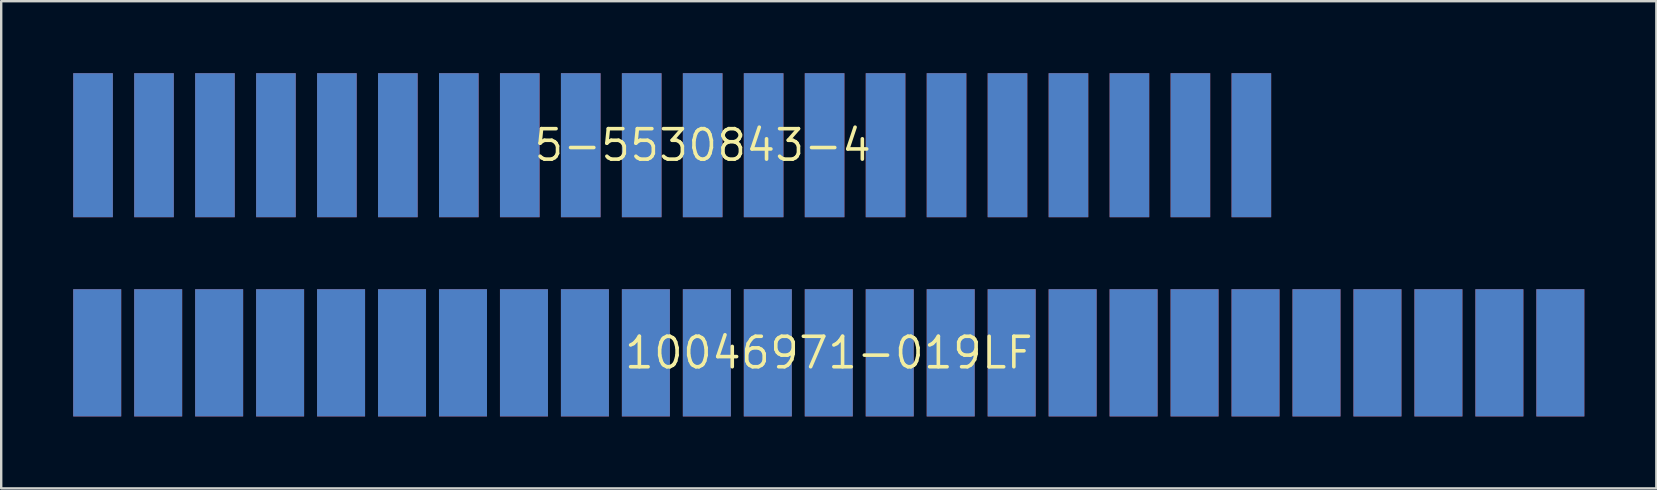
<source format=kicad_pcb>
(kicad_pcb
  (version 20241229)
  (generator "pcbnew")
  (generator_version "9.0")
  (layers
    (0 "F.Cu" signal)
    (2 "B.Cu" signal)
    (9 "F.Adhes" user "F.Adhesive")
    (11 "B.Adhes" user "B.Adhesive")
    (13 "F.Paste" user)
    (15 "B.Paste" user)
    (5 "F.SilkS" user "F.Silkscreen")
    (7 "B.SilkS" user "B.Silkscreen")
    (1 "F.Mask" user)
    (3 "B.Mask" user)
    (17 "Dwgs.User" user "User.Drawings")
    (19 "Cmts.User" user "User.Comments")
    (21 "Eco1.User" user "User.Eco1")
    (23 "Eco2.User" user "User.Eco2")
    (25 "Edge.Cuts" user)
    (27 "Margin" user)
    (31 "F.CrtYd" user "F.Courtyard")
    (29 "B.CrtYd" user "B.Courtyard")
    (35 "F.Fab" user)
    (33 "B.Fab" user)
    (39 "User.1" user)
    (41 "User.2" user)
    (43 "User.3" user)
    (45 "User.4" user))
  (footprint "5-5530843-4"
    (layer "F.Cu")
    (at 26.226 3)
    (property "Reference" "5-5530843-4" (at 0 0 0) (layer "F.SilkS") (effects (font (size 1.27 1.27) (thickness 0.15))))
    (attr through_hole)
    (pad "P$1" smd rect (at -25.4 0) (size 1.651 6) (layers "F.Cu" "F.Mask" "F.Paste"))
    (pad "P$2" smd rect (at -22.86 0) (size 1.651 6) (layers "F.Cu" "F.Mask" "F.Paste"))
    (pad "P$3" smd rect (at -20.32 0) (size 1.651 6) (layers "F.Cu" "F.Mask" "F.Paste"))
    (pad "P$4" smd rect (at -17.78 0) (size 1.651 6) (layers "F.Cu" "F.Mask" "F.Paste"))
    (pad "P$5" smd rect (at -15.24 0) (size 1.651 6) (layers "F.Cu" "F.Mask" "F.Paste"))
    (pad "P$6" smd rect (at -12.7 0) (size 1.651 6) (layers "F.Cu" "F.Mask" "F.Paste"))
    (pad "P$7" smd rect (at -10.16 0) (size 1.651 6) (layers "F.Cu" "F.Mask" "F.Paste"))
    (pad "P$8" smd rect (at -7.62 0) (size 1.651 6) (layers "F.Cu" "F.Mask" "F.Paste"))
    (pad "P$9" smd rect (at -5.08 0) (size 1.651 6) (layers "F.Cu" "F.Mask" "F.Paste"))
    (pad "P$10" smd rect (at -2.54 0) (size 1.651 6) (layers "F.Cu" "F.Mask" "F.Paste"))
    (pad "P$11" smd rect (at 0 0) (size 1.651 6) (layers "F.Cu" "F.Mask" "F.Paste"))
    (pad "P$12" smd rect (at 2.54 0) (size 1.651 6) (layers "F.Cu" "F.Mask" "F.Paste"))
    (pad "P$13" smd rect (at 5.08 0) (size 1.651 6) (layers "F.Cu" "F.Mask" "F.Paste"))
    (pad "P$14" smd rect (at 7.62 0) (size 1.651 6) (layers "F.Cu" "F.Mask" "F.Paste"))
    (pad "P$15" smd rect (at 10.16 0) (size 1.651 6) (layers "F.Cu" "F.Mask" "F.Paste"))
    (pad "P$16" smd rect (at 12.7 0) (size 1.651 6) (layers "F.Cu" "F.Mask" "F.Paste"))
    (pad "P$17" smd rect (at 15.24 0) (size 1.651 6) (layers "F.Cu" "F.Mask" "F.Paste"))
    (pad "P$18" smd rect (at 17.78 0) (size 1.651 6) (layers "F.Cu" "F.Mask" "F.Paste"))
    (pad "P$19" smd rect (at 20.32 0) (size 1.651 6) (layers "F.Cu" "F.Mask" "F.Paste"))
    (pad "P$20" smd rect (at 22.86 0) (size 1.651 6) (layers "F.Cu" "F.Mask" "F.Paste"))
    (pad "P$21" smd rect (at 22.86 0) (size 1.651 6) (layers "B.Cu" "B.Mask" "B.Paste"))
    (pad "P$22" smd rect (at 20.32 0) (size 1.651 6) (layers "B.Cu" "B.Mask" "B.Paste"))
    (pad "P$23" smd rect (at 17.78 0) (size 1.651 6) (layers "B.Cu" "B.Mask" "B.Paste"))
    (pad "P$24" smd rect (at 15.24 0) (size 1.651 6) (layers "B.Cu" "B.Mask" "B.Paste"))
    (pad "P$25" smd rect (at 12.7 0) (size 1.651 6) (layers "B.Cu" "B.Mask" "B.Paste"))
    (pad "P$26" smd rect (at 10.16 0) (size 1.651 6) (layers "B.Cu" "B.Mask" "B.Paste"))
    (pad "P$27" smd rect (at 7.62 0) (size 1.651 6) (layers "B.Cu" "B.Mask" "B.Paste"))
    (pad "P$28" smd rect (at 5.08 0) (size 1.651 6) (layers "B.Cu" "B.Mask" "B.Paste"))
    (pad "P$29" smd rect (at 2.54 0) (size 1.651 6) (layers "B.Cu" "B.Mask" "B.Paste"))
    (pad "P$30" smd rect (at 0 0) (size 1.651 6) (layers "B.Cu" "B.Mask" "B.Paste"))
    (pad "P$31" smd rect (at -2.54 0) (size 1.651 6) (layers "B.Cu" "B.Mask" "B.Paste"))
    (pad "P$32" smd rect (at -5.08 0) (size 1.651 6) (layers "B.Cu" "B.Mask" "B.Paste"))
    (pad "P$33" smd rect (at -7.62 0) (size 1.651 6) (layers "B.Cu" "B.Mask" "B.Paste"))
    (pad "P$34" smd rect (at -10.16 0) (size 1.651 6) (layers "B.Cu" "B.Mask" "B.Paste"))
    (pad "P$35" smd rect (at -12.7 0) (size 1.651 6) (layers "B.Cu" "B.Mask" "B.Paste"))
    (pad "P$36" smd rect (at -15.24 0) (size 1.651 6) (layers "B.Cu" "B.Mask" "B.Paste"))
    (pad "P$37" smd rect (at -17.78 0) (size 1.651 6) (layers "B.Cu" "B.Mask" "B.Paste"))
    (pad "P$38" smd rect (at -20.32 0) (size 1.651 6) (layers "B.Cu" "B.Mask" "B.Paste"))
    (pad "P$39" smd rect (at -22.86 0) (size 1.651 6) (layers "B.Cu" "B.Mask" "B.Paste"))
    (pad "P$40" smd rect (at -25.4 0) (size 1.651 6) (layers "B.Cu" "B.Mask" "B.Paste")))
  (footprint "10046971-019LF"
    (layer "F.Cu")
    (at 31.48 11.65)
    (property "Reference" "10046971-019LF" (at 0 0 0) (layer "F.SilkS") (effects (font (size 1.27 1.27) (thickness 0.15))))
    (attr through_hole)
    (pad "P$1" smd rect (at -30.48 0) (size 2 5.3) (layers "F.Cu" "F.Mask" "F.Paste"))
    (pad "P$2" smd rect (at -27.94 0) (size 2 5.3) (layers "F.Cu" "F.Mask" "F.Paste"))
    (pad "P$3" smd rect (at -25.4 0) (size 2 5.3) (layers "F.Cu" "F.Mask" "F.Paste"))
    (pad "P$4" smd rect (at -22.86 0) (size 2 5.3) (layers "F.Cu" "F.Mask" "F.Paste"))
    (pad "P$5" smd rect (at -20.32 0) (size 2 5.3) (layers "F.Cu" "F.Mask" "F.Paste"))
    (pad "P$6" smd rect (at -17.78 0) (size 2 5.3) (layers "F.Cu" "F.Mask" "F.Paste"))
    (pad "P$7" smd rect (at -15.24 0) (size 2 5.3) (layers "F.Cu" "F.Mask" "F.Paste"))
    (pad "P$8" smd rect (at -12.7 0) (size 2 5.3) (layers "F.Cu" "F.Mask" "F.Paste"))
    (pad "P$9" smd rect (at -10.16 0) (size 2 5.3) (layers "F.Cu" "F.Mask" "F.Paste"))
    (pad "P$10" smd rect (at -7.62 0) (size 2 5.3) (layers "F.Cu" "F.Mask" "F.Paste"))
    (pad "P$11" smd rect (at -5.08 0) (size 2 5.3) (layers "F.Cu" "F.Mask" "F.Paste"))
    (pad "P$12" smd rect (at -2.54 0) (size 2 5.3) (layers "F.Cu" "F.Mask" "F.Paste"))
    (pad "P$13" smd rect (at 0 0) (size 2 5.3) (layers "F.Cu" "F.Mask" "F.Paste"))
    (pad "P$14" smd rect (at 2.54 0) (size 2 5.3) (layers "F.Cu" "F.Mask" "F.Paste"))
    (pad "P$15" smd rect (at 5.08 0) (size 2 5.3) (layers "F.Cu" "F.Mask" "F.Paste"))
    (pad "P$16" smd rect (at 7.62 0) (size 2 5.3) (layers "F.Cu" "F.Mask" "F.Paste"))
    (pad "P$17" smd rect (at 10.16 0) (size 2 5.3) (layers "F.Cu" "F.Mask" "F.Paste"))
    (pad "P$18" smd rect (at 12.7 0) (size 2 5.3) (layers "F.Cu" "F.Mask" "F.Paste"))
    (pad "P$19" smd rect (at 15.24 0) (size 2 5.3) (layers "F.Cu" "F.Mask" "F.Paste"))
    (pad "P$20" smd rect (at 17.78 0) (size 2 5.3) (layers "F.Cu" "F.Mask" "F.Paste"))
    (pad "P$21" smd rect (at 20.32 0) (size 2 5.3) (layers "F.Cu" "F.Mask" "F.Paste"))
    (pad "P$22" smd rect (at 22.86 0) (size 2 5.3) (layers "F.Cu" "F.Mask" "F.Paste"))
    (pad "P$23" smd rect (at 25.4 0) (size 2 5.3) (layers "F.Cu" "F.Mask" "F.Paste"))
    (pad "P$24" smd rect (at 27.94 0) (size 2 5.3) (layers "F.Cu" "F.Mask" "F.Paste"))
    (pad "P$25" smd rect (at 30.48 0) (size 2 5.3) (layers "F.Cu" "F.Mask" "F.Paste"))
    (pad "P$26" smd rect (at 30.48 0) (size 2 5.3) (layers "B.Cu" "B.Mask" "B.Paste"))
    (pad "P$27" smd rect (at 27.94 0) (size 2 5.3) (layers "B.Cu" "B.Mask" "B.Paste"))
    (pad "P$28" smd rect (at 25.4 0) (size 2 5.3) (layers "B.Cu" "B.Mask" "B.Paste"))
    (pad "P$29" smd rect (at 22.86 0) (size 2 5.3) (layers "B.Cu" "B.Mask" "B.Paste"))
    (pad "P$30" smd rect (at 20.32 0) (size 2 5.3) (layers "B.Cu" "B.Mask" "B.Paste"))
    (pad "P$31" smd rect (at 17.78 0) (size 2 5.3) (layers "B.Cu" "B.Mask" "B.Paste"))
    (pad "P$32" smd rect (at 15.24 0) (size 2 5.3) (layers "B.Cu" "B.Mask" "B.Paste"))
    (pad "P$33" smd rect (at 12.7 0) (size 2 5.3) (layers "B.Cu" "B.Mask" "B.Paste"))
    (pad "P$34" smd rect (at 10.16 0) (size 2 5.3) (layers "B.Cu" "B.Mask" "B.Paste"))
    (pad "P$35" smd rect (at 7.62 0) (size 2 5.3) (layers "B.Cu" "B.Mask" "B.Paste"))
    (pad "P$36" smd rect (at 5.08 0) (size 2 5.3) (layers "B.Cu" "B.Mask" "B.Paste"))
    (pad "P$37" smd rect (at 2.54 0) (size 2 5.3) (layers "B.Cu" "B.Mask" "B.Paste"))
    (pad "P$38" smd rect (at 0 0) (size 2 5.3) (layers "B.Cu" "B.Mask" "B.Paste"))
    (pad "P$39" smd rect (at -2.54 0) (size 2 5.3) (layers "B.Cu" "B.Mask" "B.Paste"))
    (pad "P$40" smd rect (at -5.08 0) (size 2 5.3) (layers "B.Cu" "B.Mask" "B.Paste"))
    (pad "P$41" smd rect (at -7.62 0) (size 2 5.3) (layers "B.Cu" "B.Mask" "B.Paste"))
    (pad "P$42" smd rect (at -10.16 0) (size 2 5.3) (layers "B.Cu" "B.Mask" "B.Paste"))
    (pad "P$43" smd rect (at -12.7 0) (size 2 5.3) (layers "B.Cu" "B.Mask" "B.Paste"))
    (pad "P$44" smd rect (at -15.24 0) (size 2 5.3) (layers "B.Cu" "B.Mask" "B.Paste"))
    (pad "P$45" smd rect (at -17.78 0) (size 2 5.3) (layers "B.Cu" "B.Mask" "B.Paste"))
    (pad "P$46" smd rect (at -20.32 0) (size 2 5.3) (layers "B.Cu" "B.Mask" "B.Paste"))
    (pad "P$47" smd rect (at -22.86 0) (size 2 5.3) (layers "B.Cu" "B.Mask" "B.Paste"))
    (pad "P$48" smd rect (at -25.4 0) (size 2 5.3) (layers "B.Cu" "B.Mask" "B.Paste"))
    (pad "P$49" smd rect (at -27.94 0) (size 2 5.3) (layers "B.Cu" "B.Mask" "B.Paste"))
    (pad "P$50" smd rect (at -30.48 0) (size 2 5.3) (layers "B.Cu" "B.Mask" "B.Paste")))
  (gr_rect
    (start -3 -3)
    (end 65.96 17.3)
    (stroke (width 0.1) (type default))
    (fill no)
    (layer "Edge.Cuts")))
</source>
